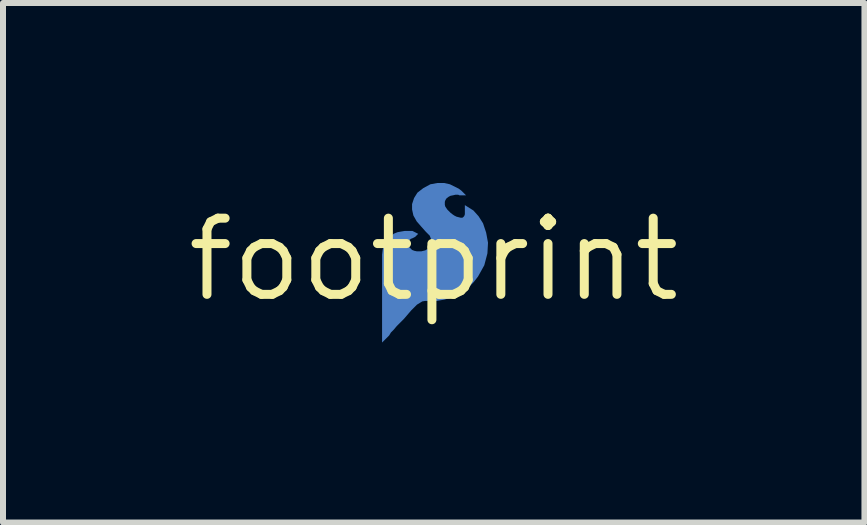
<source format=kicad_pcb>
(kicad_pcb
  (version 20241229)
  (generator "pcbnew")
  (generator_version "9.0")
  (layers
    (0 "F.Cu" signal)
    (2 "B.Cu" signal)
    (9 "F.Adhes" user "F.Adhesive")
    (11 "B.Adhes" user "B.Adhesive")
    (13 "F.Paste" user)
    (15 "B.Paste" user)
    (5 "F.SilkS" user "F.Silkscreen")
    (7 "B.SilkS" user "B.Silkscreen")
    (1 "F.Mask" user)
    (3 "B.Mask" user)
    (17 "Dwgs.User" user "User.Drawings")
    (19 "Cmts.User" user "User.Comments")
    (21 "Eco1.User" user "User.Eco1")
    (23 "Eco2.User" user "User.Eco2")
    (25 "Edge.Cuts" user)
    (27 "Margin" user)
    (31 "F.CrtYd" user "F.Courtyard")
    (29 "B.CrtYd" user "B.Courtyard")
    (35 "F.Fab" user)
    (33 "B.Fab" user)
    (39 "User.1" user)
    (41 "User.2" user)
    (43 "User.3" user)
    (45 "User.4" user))
  (footprint "footprint"
    (layer "F.Cu")
    (at 4.18 1.277)
    (property "Reference" "footprint" (at 0 0 0) (layer "F.SilkS") (effects (font (size 1.27 1.27) (thickness 0.15))))
    (fp_poly (pts (xy 0.27 -1.255) (xy 0.417 -1.182) (xy 0.462 -1.148) (xy 0.539 -1.071) (xy 0.428 -1.071) (xy 0.408 -1.081) (xy 0.362 -1.081) (xy 0.325 -1.072) (xy 0.279 -1.063) (xy 0.247 -1.046) (xy 0.215 -1.022) (xy 0.2 -1) (xy 0.192 -0.984) (xy 0.185 -0.963) (xy 0.185 -0.914) (xy 0.192 -0.885) (xy 0.227 -0.833) (xy 0.282 -0.778) (xy 0.319 -0.75) (xy 0.346 -0.732) (xy 0.38 -0.715) (xy 0.452 -0.697) (xy 0.471 -0.697) (xy 0.486 -0.702) (xy 0.506 -0.722) (xy 0.512 -0.734) (xy 0.519 -0.755) (xy 0.519 -0.908) (xy 0.662 -0.818) (xy 0.748 -0.722) (xy 0.822 -0.605) (xy 0.874 -0.449) (xy 0.905 -0.281) (xy 0.895 -0.103) (xy 0.843 0.095) (xy 0.739 0.282) (xy 0.666 0.376) (xy 0.583 0.459) (xy 0.5 0.532) (xy 0.394 0.595) (xy 0.289 0.637) (xy 0.175 0.668) (xy 0.05 0.689) (xy -0.14 0.689) (xy -0.19 0.697) (xy -0.279 0.751) (xy -0.375 0.847) (xy -0.495 0.987) (xy -0.615 1.107) (xy -0.665 1.167) (xy -0.713 1.215) (xy -0.743 1.265) (xy -0.861 1.383) (xy -0.861 -0.081) (xy -0.85 -0.167) (xy -0.828 -0.244) (xy -0.762 -0.354) (xy -0.706 -0.399) (xy -0.662 -0.433) (xy -0.604 -0.456) (xy -0.55 -0.466) (xy -0.486 -0.477) (xy -0.354 -0.477) (xy -0.259 -0.429) (xy -0.31 -0.378) (xy -0.358 -0.354) (xy -0.382 -0.346) (xy -0.43 -0.298) (xy -0.435 -0.283) (xy -0.435 -0.255) (xy -0.428 -0.236) (xy -0.413 -0.213) (xy -0.362 -0.161) (xy -0.322 -0.146) (xy -0.279 -0.137) (xy -0.208 -0.137) (xy -0.139 -0.154) (xy -0.089 -0.187) (xy -0.057 -0.227) (xy -0.041 -0.275) (xy -0.041 -0.332) (xy -0.066 -0.398) (xy -0.131 -0.463) (xy -0.212 -0.554) (xy -0.284 -0.637) (xy -0.339 -0.735) (xy -0.361 -0.835) (xy -0.361 -0.925) (xy -0.328 -1.025) (xy -0.272 -1.115) (xy -0.174 -1.191) (xy -0.056 -1.255) (xy 0.064 -1.277) (xy 0.171 -1.277)) (stroke (width 0) (type solid)) (fill yes) (layer "B.Cu")))
  (gr_rect
    (start -3 -3)
    (end 11.36 5.66)
    (stroke (width 0.1) (type default))
    (fill no)
    (layer "Edge.Cuts")))
</source>
